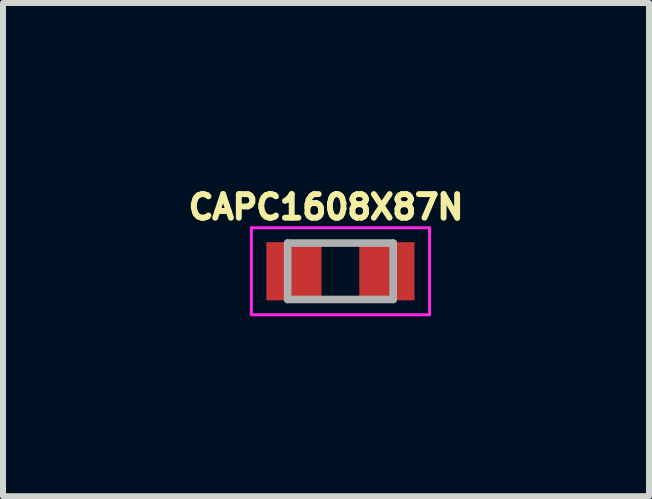
<source format=kicad_pcb>
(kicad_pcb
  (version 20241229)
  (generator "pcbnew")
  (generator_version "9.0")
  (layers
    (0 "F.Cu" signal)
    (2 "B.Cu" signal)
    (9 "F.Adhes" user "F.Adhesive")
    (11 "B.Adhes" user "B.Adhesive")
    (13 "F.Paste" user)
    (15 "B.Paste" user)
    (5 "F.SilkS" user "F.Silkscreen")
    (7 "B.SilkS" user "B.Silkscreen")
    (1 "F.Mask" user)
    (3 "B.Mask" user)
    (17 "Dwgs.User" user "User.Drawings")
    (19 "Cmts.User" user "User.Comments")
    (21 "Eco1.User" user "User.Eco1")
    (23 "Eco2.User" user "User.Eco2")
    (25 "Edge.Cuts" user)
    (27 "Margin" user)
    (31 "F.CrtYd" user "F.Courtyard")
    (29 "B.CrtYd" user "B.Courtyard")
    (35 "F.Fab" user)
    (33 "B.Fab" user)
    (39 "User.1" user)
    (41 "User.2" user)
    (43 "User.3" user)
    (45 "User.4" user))
  (footprint "CAPC1608X87N"
    (layer "F.Cu")
    (at 2.626 1.473)
    (property "Reference" "CAPC1608X87N" (at -0.24 -1.07 0) (layer "F.SilkS") (effects (font (size 0.394 0.394) (thickness 0.15))))
    (attr smd)
    (fp_line (start -1.485 -0.725) (end 1.485 -0.725) (stroke (width 0.05) (type solid)) (layer "F.CrtYd"))
    (fp_line (start -1.485 0.725) (end -1.485 -0.725) (stroke (width 0.05) (type solid)) (layer "F.CrtYd"))
    (fp_line (start -1.485 0.725) (end 1.485 0.725) (stroke (width 0.05) (type solid)) (layer "F.CrtYd"))
    (fp_line (start 1.485 0.725) (end 1.485 -0.725) (stroke (width 0.05) (type solid)) (layer "F.CrtYd"))
    (fp_line (start -0.88 0.47) (end -0.88 -0.47) (stroke (width 0.127) (type solid)) (layer "F.Fab"))
    (fp_line (start 0.88 -0.47) (end -0.88 -0.47) (stroke (width 0.127) (type solid)) (layer "F.Fab"))
    (fp_line (start 0.88 0.47) (end -0.88 0.47) (stroke (width 0.127) (type solid)) (layer "F.Fab"))
    (fp_line (start 0.88 0.47) (end 0.88 -0.47) (stroke (width 0.127) (type solid)) (layer "F.Fab"))
    (pad "1" smd rect (at -0.775 0) (size 0.92 0.97) (layers "F.Cu" "F.Mask" "F.Paste"))
    (pad "2" smd rect (at 0.775 0) (size 0.92 0.97) (layers "F.Cu" "F.Mask" "F.Paste")))
  (gr_rect
    (start -3 -3)
    (end 7.772 5.223)
    (stroke (width 0.1) (type default))
    (fill no)
    (layer "Edge.Cuts")))
</source>
